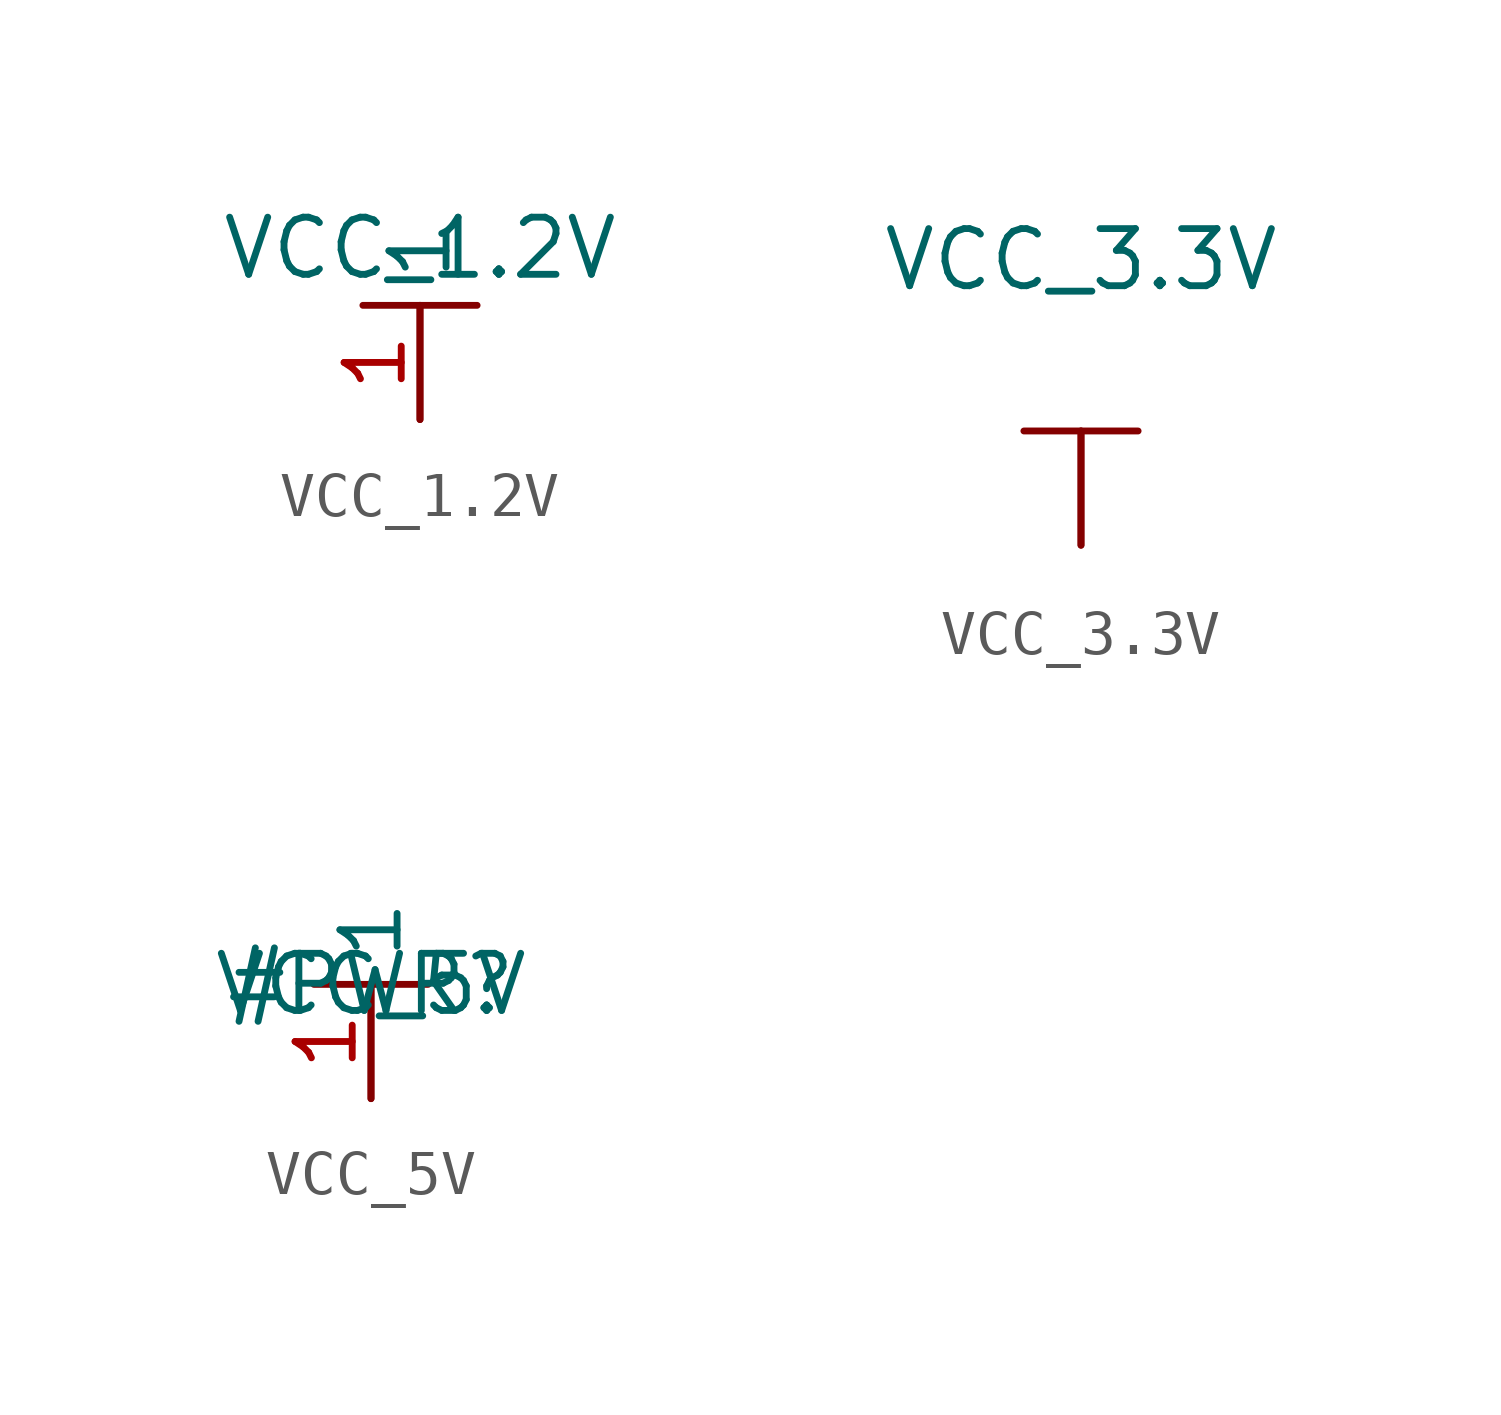
<source format=kicad_sym>
(kicad_symbol_lib
  (version 20201005)
  (generator kicad_symbol_editor)
  (symbol "xfdr0805:VCC_1.2V"
    (power)
    (property "Reference" "#PWR"
      (at 0 0 0)
      (effects (font (size 1.27 1.27)) hide))
    (property "Value" "VCC_1.2V"
      (at 0 1.27 0)
      (effects (font (size 1.27 1.27))))
    (symbol "VCC_1.2V_0_1"
      (polyline (pts (xy 0 0) (xy 0 -2.54)) (stroke (width 0.152)) (fill (type none)))
      (polyline (pts (xy 1.27 0) (xy -1.27 0)) (stroke (width 0.152)) (fill (type none))))
    (symbol "VCC_1.2V_1_1"
      (pin input line (at 0 -2.54 90) (length 2.54) (name "1" (effects (font (size 1.27 1.27)))) (number "1" (effects (font (size 1.27 1.27)))))))
  (symbol "xfdr0805:VCC_3.3V"
    (power)
    (pin_numbers hide)
    (pin_names hide)
    (property "Reference" "#PWR"
      (at 0 0 0)
      (effects (font (size 1.27 1.27)) hide))
    (property "Value" "VCC_3.3V"
      (at 0 3.81 0)
      (effects (font (size 1.27 1.27))))
    (symbol "VCC_3.3V_0_1"
      (polyline (pts (xy 0 0) (xy 0 -2.54)) (stroke (width 0.152)) (fill (type none)))
      (polyline (pts (xy 1.27 0) (xy -1.27 0)) (stroke (width 0.152)) (fill (type none))))
    (symbol "VCC_3.3V_1_1"
      (pin input line (at 0 -2.54 90) (length 2.54) (name "1" (effects (font (size 1.27 1.27)))) (number "1" (effects (font (size 1.27 1.27)))))))
  (symbol "xfdr0805:VCC_5V"
    (power)
    (property "Reference" "#PWR"
      (at 0 0 0)
      (effects (font (size 1.27 1.27))))
    (property "Value" "VCC_5V"
      (at 0 0 0)
      (effects (font (size 1.27 1.27))))
    (symbol "VCC_5V_0_1"
      (polyline (pts (xy 0 0) (xy 0 -2.54)) (stroke (width 0.152)) (fill (type none)))
      (polyline (pts (xy 1.27 0) (xy -1.27 0)) (stroke (width 0.152)) (fill (type none))))
    (symbol "VCC_5V_1_1"
      (pin input line (at 0 -2.54 90) (length 2.54) (name "1" (effects (font (size 1.27 1.27)))) (number "1" (effects (font (size 1.27 1.27))))))))
</source>
